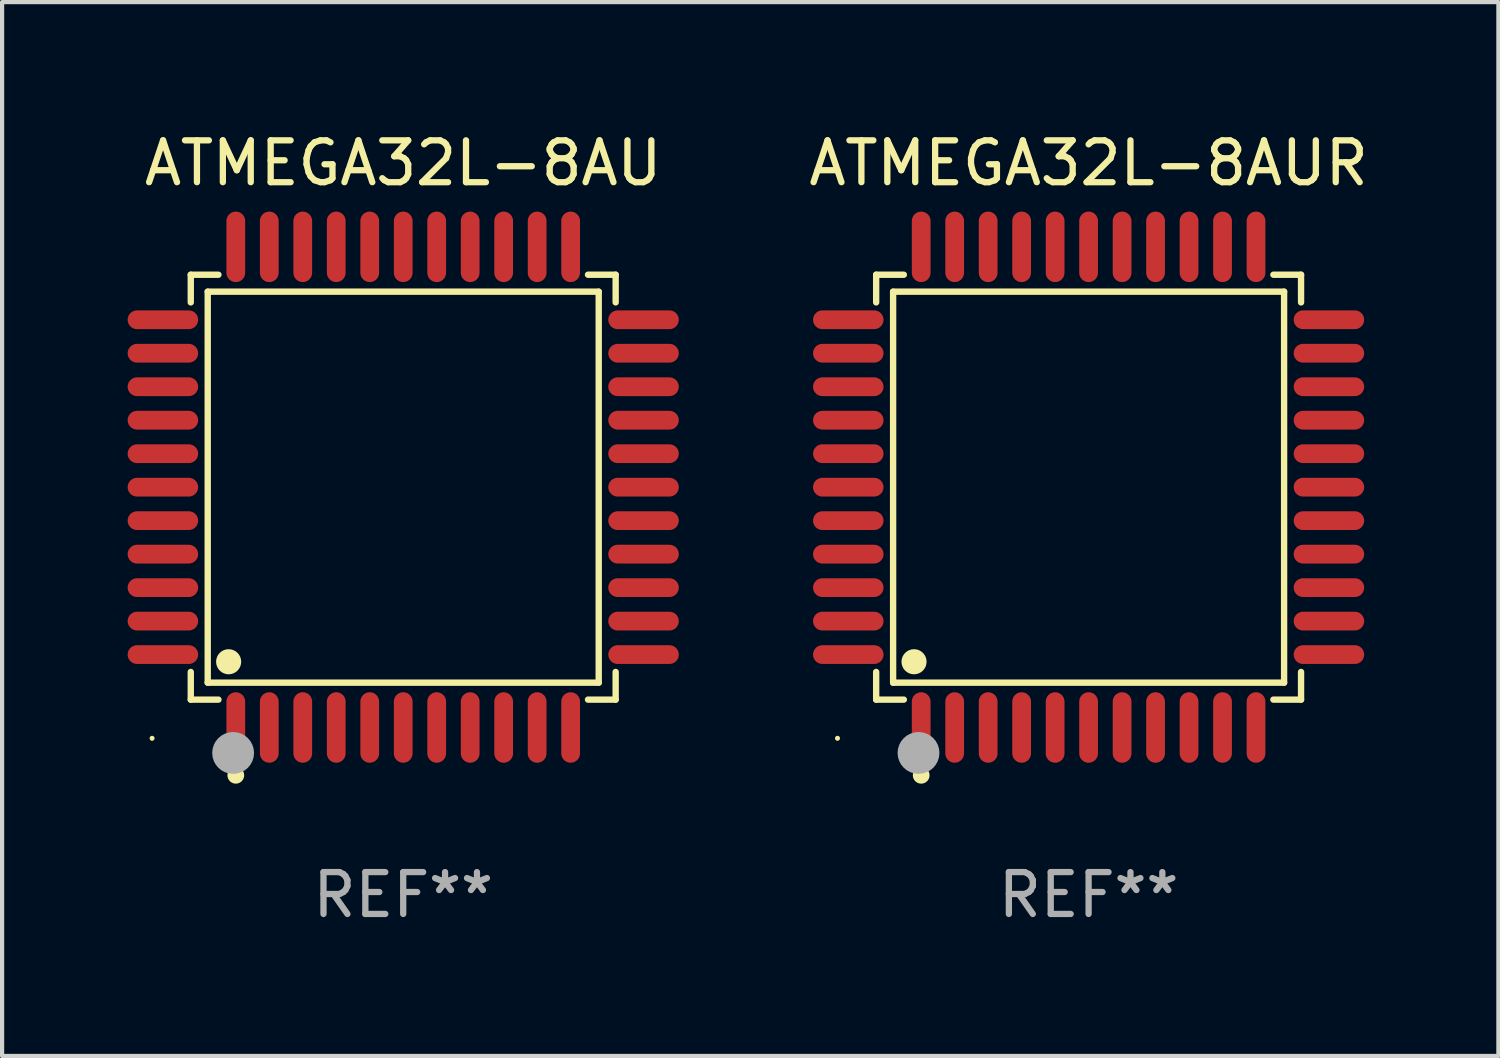
<source format=kicad_pcb>
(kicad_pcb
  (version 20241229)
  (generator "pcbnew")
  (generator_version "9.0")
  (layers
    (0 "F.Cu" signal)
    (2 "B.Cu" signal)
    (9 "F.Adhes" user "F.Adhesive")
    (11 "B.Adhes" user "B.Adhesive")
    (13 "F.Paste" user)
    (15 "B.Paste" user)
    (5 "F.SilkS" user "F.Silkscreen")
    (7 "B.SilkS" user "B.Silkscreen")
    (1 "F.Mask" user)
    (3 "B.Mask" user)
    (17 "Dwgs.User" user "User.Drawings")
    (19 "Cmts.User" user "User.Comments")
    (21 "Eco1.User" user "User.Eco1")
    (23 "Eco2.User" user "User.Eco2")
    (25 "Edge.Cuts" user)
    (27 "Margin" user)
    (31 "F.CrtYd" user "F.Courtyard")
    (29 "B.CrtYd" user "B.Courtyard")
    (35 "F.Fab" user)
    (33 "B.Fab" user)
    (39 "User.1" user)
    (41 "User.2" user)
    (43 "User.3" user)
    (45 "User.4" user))
  (footprint "ATMEGA32L-8AU"
    (layer "F.Cu")
    (at 6.584 8.59)
    (property "Reference" "ATMEGA32L-8AU" (at 0 -7.742 0) (layer "F.SilkS") (effects (font (size 1 1) (thickness 0.15))))
    (attr through_hole)
    (fp_line (start -5.076 -5.076) (end -4.415 -5.076) (stroke (width 0.152) (type solid)) (layer "F.SilkS"))
    (fp_line (start -5.076 -4.415) (end -5.076 -5.076) (stroke (width 0.152) (type solid)) (layer "F.SilkS"))
    (fp_line (start -5.076 4.415) (end -5.076 5.076) (stroke (width 0.152) (type solid)) (layer "F.SilkS"))
    (fp_line (start -5.076 5.076) (end -4.415 5.076) (stroke (width 0.152) (type solid)) (layer "F.SilkS"))
    (fp_line (start -4.671 -4.671) (end 4.671 -4.671) (stroke (width 0.152) (type solid)) (layer "F.SilkS"))
    (fp_line (start -4.671 4.671) (end -4.671 -4.671) (stroke (width 0.152) (type solid)) (layer "F.SilkS"))
    (fp_line (start 4.671 -4.671) (end 4.671 4.671) (stroke (width 0.152) (type solid)) (layer "F.SilkS"))
    (fp_line (start 4.671 4.671) (end -4.671 4.671) (stroke (width 0.152) (type solid)) (layer "F.SilkS"))
    (fp_line (start 5.076 -5.076) (end 4.415 -5.076) (stroke (width 0.152) (type solid)) (layer "F.SilkS"))
    (fp_line (start 5.076 -4.415) (end 5.076 -5.076) (stroke (width 0.152) (type solid)) (layer "F.SilkS"))
    (fp_line (start 5.076 4.415) (end 5.076 5.076) (stroke (width 0.152) (type solid)) (layer "F.SilkS"))
    (fp_line (start 5.076 5.076) (end 4.415 5.076) (stroke (width 0.152) (type solid)) (layer "F.SilkS"))
    (fp_circle (center -6 6) (end -5.97 6) (stroke (width 0.06) (type solid)) (fill no) (layer "F.SilkS"))
    (fp_circle (center -4.171 4.171) (end -4.021 4.171) (stroke (width 0.3) (type solid)) (fill no) (layer "F.SilkS"))
    (fp_circle (center -4 6.884) (end -3.9 6.884) (stroke (width 0.2) (type solid)) (fill no) (layer "F.SilkS"))
    (fp_circle (center -4.064 6.35) (end -3.814 6.35) (stroke (width 0.5) (type solid)) (fill no) (layer "F.Fab"))
    (fp_text user "REF**" (at 0 9.742 0) (layer "F.Fab") (effects (font (size 1 1) (thickness 0.15))))
    (pad "1" smd oval (at -4 5.742) (size 0.448 1.684) (layers "F.Cu" "F.Mask" "F.Paste"))
    (pad "2" smd oval (at -3.2 5.742) (size 0.448 1.684) (layers "F.Cu" "F.Mask" "F.Paste"))
    (pad "3" smd oval (at -2.4 5.742) (size 0.448 1.684) (layers "F.Cu" "F.Mask" "F.Paste"))
    (pad "4" smd oval (at -1.6 5.742) (size 0.448 1.684) (layers "F.Cu" "F.Mask" "F.Paste"))
    (pad "5" smd oval (at -0.8 5.742) (size 0.448 1.684) (layers "F.Cu" "F.Mask" "F.Paste"))
    (pad "6" smd oval (at 0 5.742) (size 0.448 1.684) (layers "F.Cu" "F.Mask" "F.Paste"))
    (pad "7" smd oval (at 0.8 5.742) (size 0.448 1.684) (layers "F.Cu" "F.Mask" "F.Paste"))
    (pad "8" smd oval (at 1.6 5.742) (size 0.448 1.684) (layers "F.Cu" "F.Mask" "F.Paste"))
    (pad "9" smd oval (at 2.4 5.742) (size 0.448 1.684) (layers "F.Cu" "F.Mask" "F.Paste"))
    (pad "10" smd oval (at 3.2 5.742) (size 0.448 1.684) (layers "F.Cu" "F.Mask" "F.Paste"))
    (pad "11" smd oval (at 4 5.742) (size 0.448 1.684) (layers "F.Cu" "F.Mask" "F.Paste"))
    (pad "12" smd oval (at 5.742 4) (size 1.684 0.448) (layers "F.Cu" "F.Mask" "F.Paste"))
    (pad "13" smd oval (at 5.742 3.2) (size 1.684 0.448) (layers "F.Cu" "F.Mask" "F.Paste"))
    (pad "14" smd oval (at 5.742 2.4) (size 1.684 0.448) (layers "F.Cu" "F.Mask" "F.Paste"))
    (pad "15" smd oval (at 5.742 1.6) (size 1.684 0.448) (layers "F.Cu" "F.Mask" "F.Paste"))
    (pad "16" smd oval (at 5.742 0.8) (size 1.684 0.448) (layers "F.Cu" "F.Mask" "F.Paste"))
    (pad "17" smd oval (at 5.742 0) (size 1.684 0.448) (layers "F.Cu" "F.Mask" "F.Paste"))
    (pad "18" smd oval (at 5.742 -0.8) (size 1.684 0.448) (layers "F.Cu" "F.Mask" "F.Paste"))
    (pad "19" smd oval (at 5.742 -1.6) (size 1.684 0.448) (layers "F.Cu" "F.Mask" "F.Paste"))
    (pad "20" smd oval (at 5.742 -2.4) (size 1.684 0.448) (layers "F.Cu" "F.Mask" "F.Paste"))
    (pad "21" smd oval (at 5.742 -3.2) (size 1.684 0.448) (layers "F.Cu" "F.Mask" "F.Paste"))
    (pad "22" smd oval (at 5.742 -4) (size 1.684 0.448) (layers "F.Cu" "F.Mask" "F.Paste"))
    (pad "23" smd oval (at 4 -5.742) (size 0.448 1.684) (layers "F.Cu" "F.Mask" "F.Paste"))
    (pad "24" smd oval (at 3.2 -5.742) (size 0.448 1.684) (layers "F.Cu" "F.Mask" "F.Paste"))
    (pad "25" smd oval (at 2.4 -5.742) (size 0.448 1.684) (layers "F.Cu" "F.Mask" "F.Paste"))
    (pad "26" smd oval (at 1.6 -5.742) (size 0.448 1.684) (layers "F.Cu" "F.Mask" "F.Paste"))
    (pad "27" smd oval (at 0.8 -5.742) (size 0.448 1.684) (layers "F.Cu" "F.Mask" "F.Paste"))
    (pad "28" smd oval (at 0 -5.742) (size 0.448 1.684) (layers "F.Cu" "F.Mask" "F.Paste"))
    (pad "29" smd oval (at -0.8 -5.742) (size 0.448 1.684) (layers "F.Cu" "F.Mask" "F.Paste"))
    (pad "30" smd oval (at -1.6 -5.742) (size 0.448 1.684) (layers "F.Cu" "F.Mask" "F.Paste"))
    (pad "31" smd oval (at -2.4 -5.742) (size 0.448 1.684) (layers "F.Cu" "F.Mask" "F.Paste"))
    (pad "32" smd oval (at -3.2 -5.742) (size 0.448 1.684) (layers "F.Cu" "F.Mask" "F.Paste"))
    (pad "33" smd oval (at -4 -5.742) (size 0.448 1.684) (layers "F.Cu" "F.Mask" "F.Paste"))
    (pad "34" smd oval (at -5.742 -4) (size 1.684 0.448) (layers "F.Cu" "F.Mask" "F.Paste"))
    (pad "35" smd oval (at -5.742 -3.2) (size 1.684 0.448) (layers "F.Cu" "F.Mask" "F.Paste"))
    (pad "36" smd oval (at -5.742 -2.4) (size 1.684 0.448) (layers "F.Cu" "F.Mask" "F.Paste"))
    (pad "37" smd oval (at -5.742 -1.6) (size 1.684 0.448) (layers "F.Cu" "F.Mask" "F.Paste"))
    (pad "38" smd oval (at -5.742 -0.8) (size 1.684 0.448) (layers "F.Cu" "F.Mask" "F.Paste"))
    (pad "39" smd oval (at -5.742 0) (size 1.684 0.448) (layers "F.Cu" "F.Mask" "F.Paste"))
    (pad "40" smd oval (at -5.742 0.8) (size 1.684 0.448) (layers "F.Cu" "F.Mask" "F.Paste"))
    (pad "41" smd oval (at -5.742 1.6) (size 1.684 0.448) (layers "F.Cu" "F.Mask" "F.Paste"))
    (pad "42" smd oval (at -5.742 2.4) (size 1.684 0.448) (layers "F.Cu" "F.Mask" "F.Paste"))
    (pad "43" smd oval (at -5.742 3.2) (size 1.684 0.448) (layers "F.Cu" "F.Mask" "F.Paste"))
    (pad "44" smd oval (at -5.742 4) (size 1.684 0.448) (layers "F.Cu" "F.Mask" "F.Paste")))
  (footprint "ATMEGA32L-8AUR"
    (layer "F.Cu")
    (at 22.96 8.59)
    (property "Reference" "ATMEGA32L-8AUR" (at 0 -7.742 0) (layer "F.SilkS") (effects (font (size 1 1) (thickness 0.15))))
    (attr through_hole)
    (fp_line (start -5.076 -5.076) (end -4.415 -5.076) (stroke (width 0.152) (type solid)) (layer "F.SilkS"))
    (fp_line (start -5.076 -4.415) (end -5.076 -5.076) (stroke (width 0.152) (type solid)) (layer "F.SilkS"))
    (fp_line (start -5.076 4.415) (end -5.076 5.076) (stroke (width 0.152) (type solid)) (layer "F.SilkS"))
    (fp_line (start -5.076 5.076) (end -4.415 5.076) (stroke (width 0.152) (type solid)) (layer "F.SilkS"))
    (fp_line (start -4.671 -4.671) (end 4.671 -4.671) (stroke (width 0.152) (type solid)) (layer "F.SilkS"))
    (fp_line (start -4.671 4.671) (end -4.671 -4.671) (stroke (width 0.152) (type solid)) (layer "F.SilkS"))
    (fp_line (start 4.671 -4.671) (end 4.671 4.671) (stroke (width 0.152) (type solid)) (layer "F.SilkS"))
    (fp_line (start 4.671 4.671) (end -4.671 4.671) (stroke (width 0.152) (type solid)) (layer "F.SilkS"))
    (fp_line (start 5.076 -5.076) (end 4.415 -5.076) (stroke (width 0.152) (type solid)) (layer "F.SilkS"))
    (fp_line (start 5.076 -4.415) (end 5.076 -5.076) (stroke (width 0.152) (type solid)) (layer "F.SilkS"))
    (fp_line (start 5.076 4.415) (end 5.076 5.076) (stroke (width 0.152) (type solid)) (layer "F.SilkS"))
    (fp_line (start 5.076 5.076) (end 4.415 5.076) (stroke (width 0.152) (type solid)) (layer "F.SilkS"))
    (fp_circle (center -6 6) (end -5.97 6) (stroke (width 0.06) (type solid)) (fill no) (layer "F.SilkS"))
    (fp_circle (center -4.171 4.171) (end -4.021 4.171) (stroke (width 0.3) (type solid)) (fill no) (layer "F.SilkS"))
    (fp_circle (center -4 6.884) (end -3.9 6.884) (stroke (width 0.2) (type solid)) (fill no) (layer "F.SilkS"))
    (fp_circle (center -4.064 6.35) (end -3.814 6.35) (stroke (width 0.5) (type solid)) (fill no) (layer "F.Fab"))
    (fp_text user "REF**" (at 0 9.742 0) (layer "F.Fab") (effects (font (size 1 1) (thickness 0.15))))
    (pad "1" smd oval (at -4 5.742) (size 0.448 1.684) (layers "F.Cu" "F.Mask" "F.Paste"))
    (pad "2" smd oval (at -3.2 5.742) (size 0.448 1.684) (layers "F.Cu" "F.Mask" "F.Paste"))
    (pad "3" smd oval (at -2.4 5.742) (size 0.448 1.684) (layers "F.Cu" "F.Mask" "F.Paste"))
    (pad "4" smd oval (at -1.6 5.742) (size 0.448 1.684) (layers "F.Cu" "F.Mask" "F.Paste"))
    (pad "5" smd oval (at -0.8 5.742) (size 0.448 1.684) (layers "F.Cu" "F.Mask" "F.Paste"))
    (pad "6" smd oval (at 0 5.742) (size 0.448 1.684) (layers "F.Cu" "F.Mask" "F.Paste"))
    (pad "7" smd oval (at 0.8 5.742) (size 0.448 1.684) (layers "F.Cu" "F.Mask" "F.Paste"))
    (pad "8" smd oval (at 1.6 5.742) (size 0.448 1.684) (layers "F.Cu" "F.Mask" "F.Paste"))
    (pad "9" smd oval (at 2.4 5.742) (size 0.448 1.684) (layers "F.Cu" "F.Mask" "F.Paste"))
    (pad "10" smd oval (at 3.2 5.742) (size 0.448 1.684) (layers "F.Cu" "F.Mask" "F.Paste"))
    (pad "11" smd oval (at 4 5.742) (size 0.448 1.684) (layers "F.Cu" "F.Mask" "F.Paste"))
    (pad "12" smd oval (at 5.742 4) (size 1.684 0.448) (layers "F.Cu" "F.Mask" "F.Paste"))
    (pad "13" smd oval (at 5.742 3.2) (size 1.684 0.448) (layers "F.Cu" "F.Mask" "F.Paste"))
    (pad "14" smd oval (at 5.742 2.4) (size 1.684 0.448) (layers "F.Cu" "F.Mask" "F.Paste"))
    (pad "15" smd oval (at 5.742 1.6) (size 1.684 0.448) (layers "F.Cu" "F.Mask" "F.Paste"))
    (pad "16" smd oval (at 5.742 0.8) (size 1.684 0.448) (layers "F.Cu" "F.Mask" "F.Paste"))
    (pad "17" smd oval (at 5.742 0) (size 1.684 0.448) (layers "F.Cu" "F.Mask" "F.Paste"))
    (pad "18" smd oval (at 5.742 -0.8) (size 1.684 0.448) (layers "F.Cu" "F.Mask" "F.Paste"))
    (pad "19" smd oval (at 5.742 -1.6) (size 1.684 0.448) (layers "F.Cu" "F.Mask" "F.Paste"))
    (pad "20" smd oval (at 5.742 -2.4) (size 1.684 0.448) (layers "F.Cu" "F.Mask" "F.Paste"))
    (pad "21" smd oval (at 5.742 -3.2) (size 1.684 0.448) (layers "F.Cu" "F.Mask" "F.Paste"))
    (pad "22" smd oval (at 5.742 -4) (size 1.684 0.448) (layers "F.Cu" "F.Mask" "F.Paste"))
    (pad "23" smd oval (at 4 -5.742) (size 0.448 1.684) (layers "F.Cu" "F.Mask" "F.Paste"))
    (pad "24" smd oval (at 3.2 -5.742) (size 0.448 1.684) (layers "F.Cu" "F.Mask" "F.Paste"))
    (pad "25" smd oval (at 2.4 -5.742) (size 0.448 1.684) (layers "F.Cu" "F.Mask" "F.Paste"))
    (pad "26" smd oval (at 1.6 -5.742) (size 0.448 1.684) (layers "F.Cu" "F.Mask" "F.Paste"))
    (pad "27" smd oval (at 0.8 -5.742) (size 0.448 1.684) (layers "F.Cu" "F.Mask" "F.Paste"))
    (pad "28" smd oval (at 0 -5.742) (size 0.448 1.684) (layers "F.Cu" "F.Mask" "F.Paste"))
    (pad "29" smd oval (at -0.8 -5.742) (size 0.448 1.684) (layers "F.Cu" "F.Mask" "F.Paste"))
    (pad "30" smd oval (at -1.6 -5.742) (size 0.448 1.684) (layers "F.Cu" "F.Mask" "F.Paste"))
    (pad "31" smd oval (at -2.4 -5.742) (size 0.448 1.684) (layers "F.Cu" "F.Mask" "F.Paste"))
    (pad "32" smd oval (at -3.2 -5.742) (size 0.448 1.684) (layers "F.Cu" "F.Mask" "F.Paste"))
    (pad "33" smd oval (at -4 -5.742) (size 0.448 1.684) (layers "F.Cu" "F.Mask" "F.Paste"))
    (pad "34" smd oval (at -5.742 -4) (size 1.684 0.448) (layers "F.Cu" "F.Mask" "F.Paste"))
    (pad "35" smd oval (at -5.742 -3.2) (size 1.684 0.448) (layers "F.Cu" "F.Mask" "F.Paste"))
    (pad "36" smd oval (at -5.742 -2.4) (size 1.684 0.448) (layers "F.Cu" "F.Mask" "F.Paste"))
    (pad "37" smd oval (at -5.742 -1.6) (size 1.684 0.448) (layers "F.Cu" "F.Mask" "F.Paste"))
    (pad "38" smd oval (at -5.742 -0.8) (size 1.684 0.448) (layers "F.Cu" "F.Mask" "F.Paste"))
    (pad "39" smd oval (at -5.742 0) (size 1.684 0.448) (layers "F.Cu" "F.Mask" "F.Paste"))
    (pad "40" smd oval (at -5.742 0.8) (size 1.684 0.448) (layers "F.Cu" "F.Mask" "F.Paste"))
    (pad "41" smd oval (at -5.742 1.6) (size 1.684 0.448) (layers "F.Cu" "F.Mask" "F.Paste"))
    (pad "42" smd oval (at -5.742 2.4) (size 1.684 0.448) (layers "F.Cu" "F.Mask" "F.Paste"))
    (pad "43" smd oval (at -5.742 3.2) (size 1.684 0.448) (layers "F.Cu" "F.Mask" "F.Paste"))
    (pad "44" smd oval (at -5.742 4) (size 1.684 0.448) (layers "F.Cu" "F.Mask" "F.Paste")))
  (gr_rect
    (start -3 -3)
    (end 32.751 22.18)
    (stroke (width 0.1) (type default))
    (fill no)
    (layer "Edge.Cuts")))
</source>
